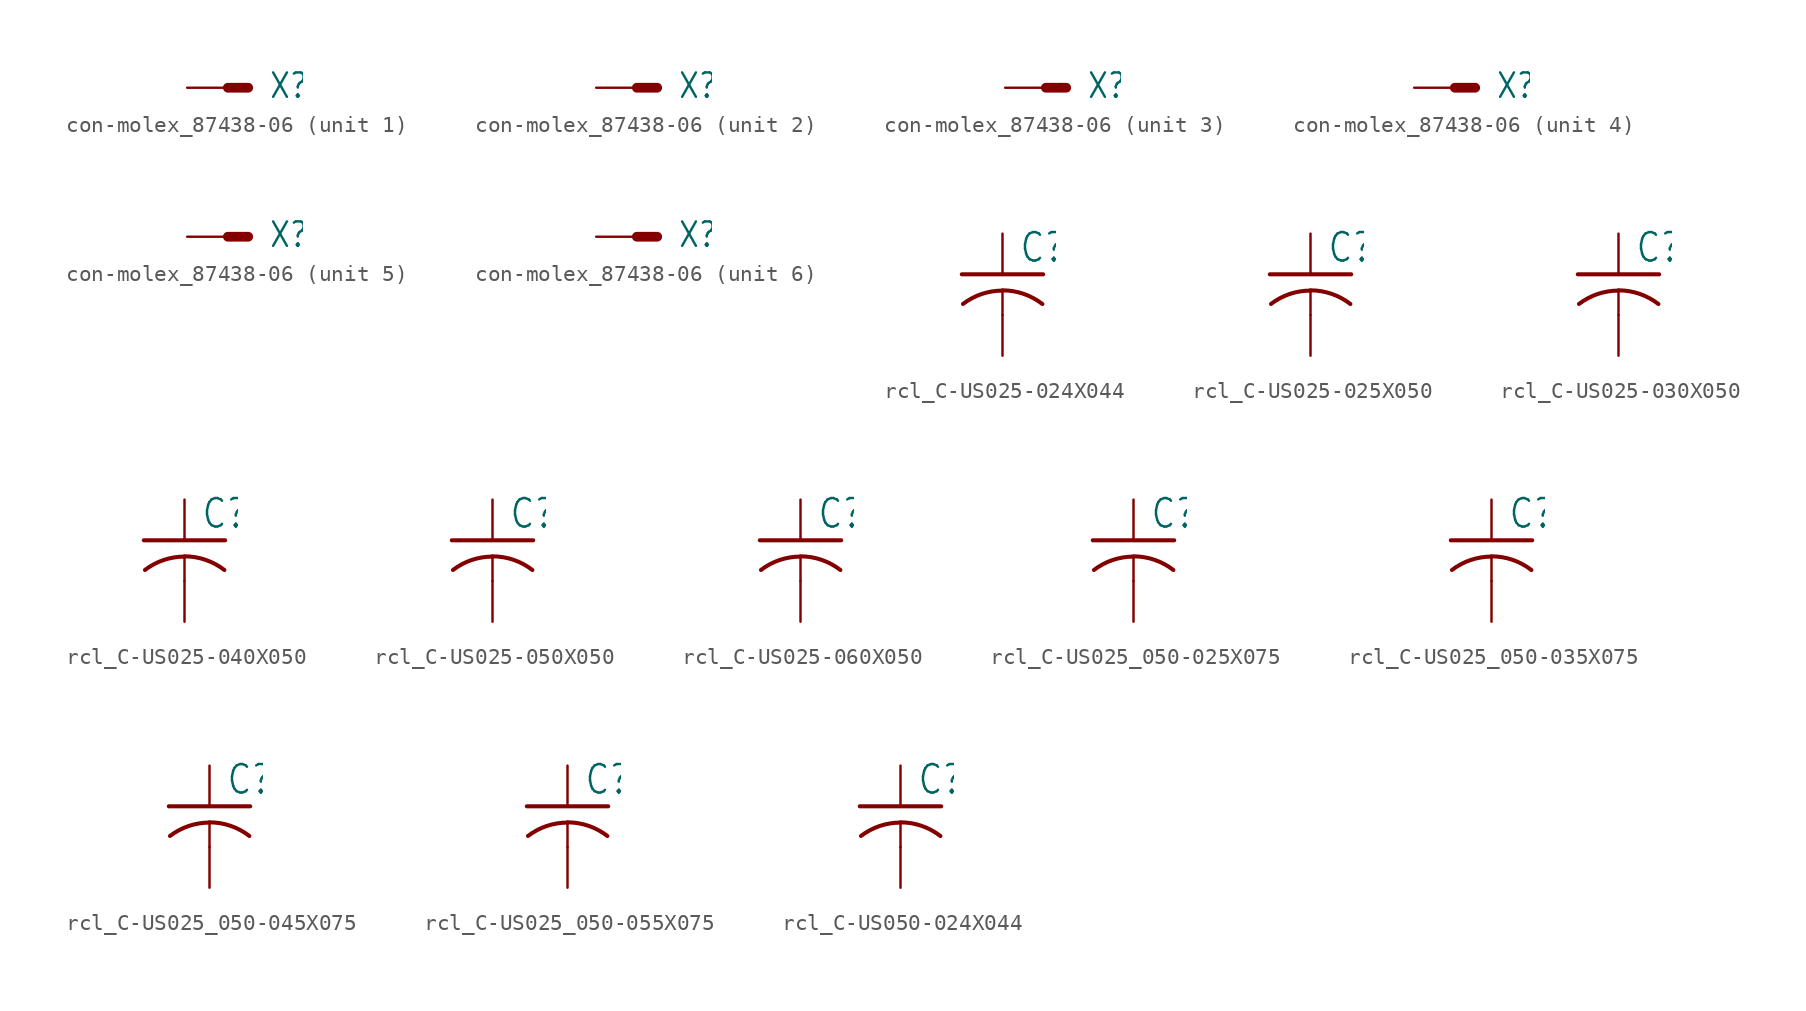
<source format=kicad_sym>
(kicad_symbol_lib
  (version 20231120)
  (generator "kicad_symbol_editor")
  (generator_version "8.0")
  (symbol "con-molex_87438-06"
    (property "Reference" "X"
      (at 2.54 -0.762 0)
      (effects (font (size 1.524 1.295)) (justify left bottom)))
    (property "ki_locked" ""
      (at 0 0 0)
      (effects (font (size 1.27 1.27))))
    (symbol "con-molex_87438-06_1_0"
      (polyline (pts (xy 1.27 0) (xy 0 0)) (stroke (width 0.61) (type solid)) (fill (type none)))
      (pin passive line (at -2.54 0 0) (length 2.54) (name "S" (effects (font (size 0 0)))) (number "1" (effects (font (size 0 0))))))
    (symbol "con-molex_87438-06_2_0"
      (polyline (pts (xy 1.27 0) (xy 0 0)) (stroke (width 0.61) (type solid)) (fill (type none)))
      (pin passive line (at -2.54 0 0) (length 2.54) (name "S" (effects (font (size 0 0)))) (number "2" (effects (font (size 0 0))))))
    (symbol "con-molex_87438-06_3_0"
      (polyline (pts (xy 1.27 0) (xy 0 0)) (stroke (width 0.61) (type solid)) (fill (type none)))
      (pin passive line (at -2.54 0 0) (length 2.54) (name "S" (effects (font (size 0 0)))) (number "3" (effects (font (size 0 0))))))
    (symbol "con-molex_87438-06_4_0"
      (polyline (pts (xy 1.27 0) (xy 0 0)) (stroke (width 0.61) (type solid)) (fill (type none)))
      (pin passive line (at -2.54 0 0) (length 2.54) (name "S" (effects (font (size 0 0)))) (number "4" (effects (font (size 0 0))))))
    (symbol "con-molex_87438-06_5_0"
      (polyline (pts (xy 1.27 0) (xy 0 0)) (stroke (width 0.61) (type solid)) (fill (type none)))
      (pin passive line (at -2.54 0 0) (length 2.54) (name "S" (effects (font (size 0 0)))) (number "5" (effects (font (size 0 0))))))
    (symbol "con-molex_87438-06_6_0"
      (polyline (pts (xy 1.27 0) (xy 0 0)) (stroke (width 0.61) (type solid)) (fill (type none)))
      (pin passive line (at -2.54 0 0) (length 2.54) (name "S" (effects (font (size 0 0)))) (number "6" (effects (font (size 0 0)))))))
  (symbol "rcl_C-US025-024X044"
    (property "Reference" "C"
      (at 1.016 0.635 0)
      (effects (font (size 1.778 1.511)) (justify left bottom)))
    (property "Value" ""
      (at 1.016 -4.191 0)
      (effects (font (size 1.778 1.511)) (justify left bottom)))
    (property "ki_locked" ""
      (at 0 0 0)
      (effects (font (size 1.27 1.27))))
    (symbol "rcl_C-US025-024X044_1_0"
      (arc (start 0 -1.0161) (mid -1.302 -1.2303) (end -2.4668 -1.8504) (stroke (width 0.254) (type solid)) (fill (type none)))
      (polyline (pts (xy -2.54 0) (xy 2.54 0)) (stroke (width 0.254) (type solid)) (fill (type none)))
      (polyline (pts (xy 0 -1.016) (xy 0 -2.54)) (stroke (width 0.152) (type solid)) (fill (type none)))
      (arc (start 2.4892 -1.8541) (mid 1.3158 -1.2194) (end 0 -1) (stroke (width 0.254) (type solid)) (fill (type none)))
      (pin passive line (at 0 2.54 270) (length 2.54) (name "1" (effects (font (size 0 0)))) (number "1" (effects (font (size 0 0)))))
      (pin passive line (at 0 -5.08 90) (length 2.54) (name "2" (effects (font (size 0 0)))) (number "2" (effects (font (size 0 0)))))))
  (symbol "rcl_C-US025-025X050"
    (property "Reference" "C"
      (at 1.016 0.635 0)
      (effects (font (size 1.778 1.511)) (justify left bottom)))
    (property "Value" ""
      (at 1.016 -4.191 0)
      (effects (font (size 1.778 1.511)) (justify left bottom)))
    (property "ki_locked" ""
      (at 0 0 0)
      (effects (font (size 1.27 1.27))))
    (symbol "rcl_C-US025-025X050_1_0"
      (arc (start 0 -1.0161) (mid -1.302 -1.2303) (end -2.4668 -1.8504) (stroke (width 0.254) (type solid)) (fill (type none)))
      (polyline (pts (xy -2.54 0) (xy 2.54 0)) (stroke (width 0.254) (type solid)) (fill (type none)))
      (polyline (pts (xy 0 -1.016) (xy 0 -2.54)) (stroke (width 0.152) (type solid)) (fill (type none)))
      (arc (start 2.4892 -1.8541) (mid 1.3158 -1.2194) (end 0 -1) (stroke (width 0.254) (type solid)) (fill (type none)))
      (pin passive line (at 0 2.54 270) (length 2.54) (name "1" (effects (font (size 0 0)))) (number "1" (effects (font (size 0 0)))))
      (pin passive line (at 0 -5.08 90) (length 2.54) (name "2" (effects (font (size 0 0)))) (number "2" (effects (font (size 0 0)))))))
  (symbol "rcl_C-US025-030X050"
    (property "Reference" "C"
      (at 1.016 0.635 0)
      (effects (font (size 1.778 1.511)) (justify left bottom)))
    (property "Value" ""
      (at 1.016 -4.191 0)
      (effects (font (size 1.778 1.511)) (justify left bottom)))
    (property "ki_locked" ""
      (at 0 0 0)
      (effects (font (size 1.27 1.27))))
    (symbol "rcl_C-US025-030X050_1_0"
      (arc (start 0 -1.0161) (mid -1.302 -1.2303) (end -2.4668 -1.8504) (stroke (width 0.254) (type solid)) (fill (type none)))
      (polyline (pts (xy -2.54 0) (xy 2.54 0)) (stroke (width 0.254) (type solid)) (fill (type none)))
      (polyline (pts (xy 0 -1.016) (xy 0 -2.54)) (stroke (width 0.152) (type solid)) (fill (type none)))
      (arc (start 2.4892 -1.8541) (mid 1.3158 -1.2194) (end 0 -1) (stroke (width 0.254) (type solid)) (fill (type none)))
      (pin passive line (at 0 2.54 270) (length 2.54) (name "1" (effects (font (size 0 0)))) (number "1" (effects (font (size 0 0)))))
      (pin passive line (at 0 -5.08 90) (length 2.54) (name "2" (effects (font (size 0 0)))) (number "2" (effects (font (size 0 0)))))))
  (symbol "rcl_C-US025-040X050"
    (property "Reference" "C"
      (at 1.016 0.635 0)
      (effects (font (size 1.778 1.511)) (justify left bottom)))
    (property "Value" ""
      (at 1.016 -4.191 0)
      (effects (font (size 1.778 1.511)) (justify left bottom)))
    (property "ki_locked" ""
      (at 0 0 0)
      (effects (font (size 1.27 1.27))))
    (symbol "rcl_C-US025-040X050_1_0"
      (arc (start 0 -1.0161) (mid -1.302 -1.2303) (end -2.4668 -1.8504) (stroke (width 0.254) (type solid)) (fill (type none)))
      (polyline (pts (xy -2.54 0) (xy 2.54 0)) (stroke (width 0.254) (type solid)) (fill (type none)))
      (polyline (pts (xy 0 -1.016) (xy 0 -2.54)) (stroke (width 0.152) (type solid)) (fill (type none)))
      (arc (start 2.4892 -1.8541) (mid 1.3158 -1.2194) (end 0 -1) (stroke (width 0.254) (type solid)) (fill (type none)))
      (pin passive line (at 0 2.54 270) (length 2.54) (name "1" (effects (font (size 0 0)))) (number "1" (effects (font (size 0 0)))))
      (pin passive line (at 0 -5.08 90) (length 2.54) (name "2" (effects (font (size 0 0)))) (number "2" (effects (font (size 0 0)))))))
  (symbol "rcl_C-US025-050X050"
    (property "Reference" "C"
      (at 1.016 0.635 0)
      (effects (font (size 1.778 1.511)) (justify left bottom)))
    (property "Value" ""
      (at 1.016 -4.191 0)
      (effects (font (size 1.778 1.511)) (justify left bottom)))
    (property "ki_locked" ""
      (at 0 0 0)
      (effects (font (size 1.27 1.27))))
    (symbol "rcl_C-US025-050X050_1_0"
      (arc (start 0 -1.0161) (mid -1.302 -1.2303) (end -2.4668 -1.8504) (stroke (width 0.254) (type solid)) (fill (type none)))
      (polyline (pts (xy -2.54 0) (xy 2.54 0)) (stroke (width 0.254) (type solid)) (fill (type none)))
      (polyline (pts (xy 0 -1.016) (xy 0 -2.54)) (stroke (width 0.152) (type solid)) (fill (type none)))
      (arc (start 2.4892 -1.8541) (mid 1.3158 -1.2194) (end 0 -1) (stroke (width 0.254) (type solid)) (fill (type none)))
      (pin passive line (at 0 2.54 270) (length 2.54) (name "1" (effects (font (size 0 0)))) (number "1" (effects (font (size 0 0)))))
      (pin passive line (at 0 -5.08 90) (length 2.54) (name "2" (effects (font (size 0 0)))) (number "2" (effects (font (size 0 0)))))))
  (symbol "rcl_C-US025-060X050"
    (property "Reference" "C"
      (at 1.016 0.635 0)
      (effects (font (size 1.778 1.511)) (justify left bottom)))
    (property "Value" ""
      (at 1.016 -4.191 0)
      (effects (font (size 1.778 1.511)) (justify left bottom)))
    (property "ki_locked" ""
      (at 0 0 0)
      (effects (font (size 1.27 1.27))))
    (symbol "rcl_C-US025-060X050_1_0"
      (arc (start 0 -1.0161) (mid -1.302 -1.2303) (end -2.4668 -1.8504) (stroke (width 0.254) (type solid)) (fill (type none)))
      (polyline (pts (xy -2.54 0) (xy 2.54 0)) (stroke (width 0.254) (type solid)) (fill (type none)))
      (polyline (pts (xy 0 -1.016) (xy 0 -2.54)) (stroke (width 0.152) (type solid)) (fill (type none)))
      (arc (start 2.4892 -1.8541) (mid 1.3158 -1.2194) (end 0 -1) (stroke (width 0.254) (type solid)) (fill (type none)))
      (pin passive line (at 0 2.54 270) (length 2.54) (name "1" (effects (font (size 0 0)))) (number "1" (effects (font (size 0 0)))))
      (pin passive line (at 0 -5.08 90) (length 2.54) (name "2" (effects (font (size 0 0)))) (number "2" (effects (font (size 0 0)))))))
  (symbol "rcl_C-US025_050-025X075"
    (property "Reference" "C"
      (at 1.016 0.635 0)
      (effects (font (size 1.778 1.511)) (justify left bottom)))
    (property "Value" ""
      (at 1.016 -4.191 0)
      (effects (font (size 1.778 1.511)) (justify left bottom)))
    (property "ki_locked" ""
      (at 0 0 0)
      (effects (font (size 1.27 1.27))))
    (symbol "rcl_C-US025_050-025X075_1_0"
      (arc (start 0 -1.0161) (mid -1.302 -1.2303) (end -2.4668 -1.8504) (stroke (width 0.254) (type solid)) (fill (type none)))
      (polyline (pts (xy -2.54 0) (xy 2.54 0)) (stroke (width 0.254) (type solid)) (fill (type none)))
      (polyline (pts (xy 0 -1.016) (xy 0 -2.54)) (stroke (width 0.152) (type solid)) (fill (type none)))
      (arc (start 2.4892 -1.8541) (mid 1.3158 -1.2194) (end 0 -1) (stroke (width 0.254) (type solid)) (fill (type none)))
      (pin passive line (at 0 2.54 270) (length 2.54) (name "1" (effects (font (size 0 0)))) (number "1" (effects (font (size 0 0)))))
      (pin passive line (at 0 -5.08 90) (length 2.54) (name "2" (effects (font (size 0 0)))) (number "2" (effects (font (size 0 0)))))))
  (symbol "rcl_C-US025_050-035X075"
    (property "Reference" "C"
      (at 1.016 0.635 0)
      (effects (font (size 1.778 1.511)) (justify left bottom)))
    (property "Value" ""
      (at 1.016 -4.191 0)
      (effects (font (size 1.778 1.511)) (justify left bottom)))
    (property "ki_locked" ""
      (at 0 0 0)
      (effects (font (size 1.27 1.27))))
    (symbol "rcl_C-US025_050-035X075_1_0"
      (arc (start 0 -1.0161) (mid -1.302 -1.2303) (end -2.4668 -1.8504) (stroke (width 0.254) (type solid)) (fill (type none)))
      (polyline (pts (xy -2.54 0) (xy 2.54 0)) (stroke (width 0.254) (type solid)) (fill (type none)))
      (polyline (pts (xy 0 -1.016) (xy 0 -2.54)) (stroke (width 0.152) (type solid)) (fill (type none)))
      (arc (start 2.4892 -1.8541) (mid 1.3158 -1.2194) (end 0 -1) (stroke (width 0.254) (type solid)) (fill (type none)))
      (pin passive line (at 0 2.54 270) (length 2.54) (name "1" (effects (font (size 0 0)))) (number "1" (effects (font (size 0 0)))))
      (pin passive line (at 0 -5.08 90) (length 2.54) (name "2" (effects (font (size 0 0)))) (number "2" (effects (font (size 0 0)))))))
  (symbol "rcl_C-US025_050-045X075"
    (property "Reference" "C"
      (at 1.016 0.635 0)
      (effects (font (size 1.778 1.511)) (justify left bottom)))
    (property "Value" ""
      (at 1.016 -4.191 0)
      (effects (font (size 1.778 1.511)) (justify left bottom)))
    (property "ki_locked" ""
      (at 0 0 0)
      (effects (font (size 1.27 1.27))))
    (symbol "rcl_C-US025_050-045X075_1_0"
      (arc (start 0 -1.0161) (mid -1.302 -1.2303) (end -2.4668 -1.8504) (stroke (width 0.254) (type solid)) (fill (type none)))
      (polyline (pts (xy -2.54 0) (xy 2.54 0)) (stroke (width 0.254) (type solid)) (fill (type none)))
      (polyline (pts (xy 0 -1.016) (xy 0 -2.54)) (stroke (width 0.152) (type solid)) (fill (type none)))
      (arc (start 2.4892 -1.8541) (mid 1.3158 -1.2194) (end 0 -1) (stroke (width 0.254) (type solid)) (fill (type none)))
      (pin passive line (at 0 2.54 270) (length 2.54) (name "1" (effects (font (size 0 0)))) (number "1" (effects (font (size 0 0)))))
      (pin passive line (at 0 -5.08 90) (length 2.54) (name "2" (effects (font (size 0 0)))) (number "2" (effects (font (size 0 0)))))))
  (symbol "rcl_C-US025_050-055X075"
    (property "Reference" "C"
      (at 1.016 0.635 0)
      (effects (font (size 1.778 1.511)) (justify left bottom)))
    (property "Value" ""
      (at 1.016 -4.191 0)
      (effects (font (size 1.778 1.511)) (justify left bottom)))
    (property "ki_locked" ""
      (at 0 0 0)
      (effects (font (size 1.27 1.27))))
    (symbol "rcl_C-US025_050-055X075_1_0"
      (arc (start 0 -1.0161) (mid -1.302 -1.2303) (end -2.4668 -1.8504) (stroke (width 0.254) (type solid)) (fill (type none)))
      (polyline (pts (xy -2.54 0) (xy 2.54 0)) (stroke (width 0.254) (type solid)) (fill (type none)))
      (polyline (pts (xy 0 -1.016) (xy 0 -2.54)) (stroke (width 0.152) (type solid)) (fill (type none)))
      (arc (start 2.4892 -1.8541) (mid 1.3158 -1.2194) (end 0 -1) (stroke (width 0.254) (type solid)) (fill (type none)))
      (pin passive line (at 0 2.54 270) (length 2.54) (name "1" (effects (font (size 0 0)))) (number "1" (effects (font (size 0 0)))))
      (pin passive line (at 0 -5.08 90) (length 2.54) (name "2" (effects (font (size 0 0)))) (number "2" (effects (font (size 0 0)))))))
  (symbol "rcl_C-US050-024X044"
    (property "Reference" "C"
      (at 1.016 0.635 0)
      (effects (font (size 1.778 1.511)) (justify left bottom)))
    (property "Value" ""
      (at 1.016 -4.191 0)
      (effects (font (size 1.778 1.511)) (justify left bottom)))
    (property "ki_locked" ""
      (at 0 0 0)
      (effects (font (size 1.27 1.27))))
    (symbol "rcl_C-US050-024X044_1_0"
      (arc (start 0 -1.0161) (mid -1.302 -1.2303) (end -2.4668 -1.8504) (stroke (width 0.254) (type solid)) (fill (type none)))
      (polyline (pts (xy -2.54 0) (xy 2.54 0)) (stroke (width 0.254) (type solid)) (fill (type none)))
      (polyline (pts (xy 0 -1.016) (xy 0 -2.54)) (stroke (width 0.152) (type solid)) (fill (type none)))
      (arc (start 2.4892 -1.8541) (mid 1.3158 -1.2194) (end 0 -1) (stroke (width 0.254) (type solid)) (fill (type none)))
      (pin passive line (at 0 2.54 270) (length 2.54) (name "1" (effects (font (size 0 0)))) (number "1" (effects (font (size 0 0)))))
      (pin passive line (at 0 -5.08 90) (length 2.54) (name "2" (effects (font (size 0 0)))) (number "2" (effects (font (size 0 0))))))))
</source>
